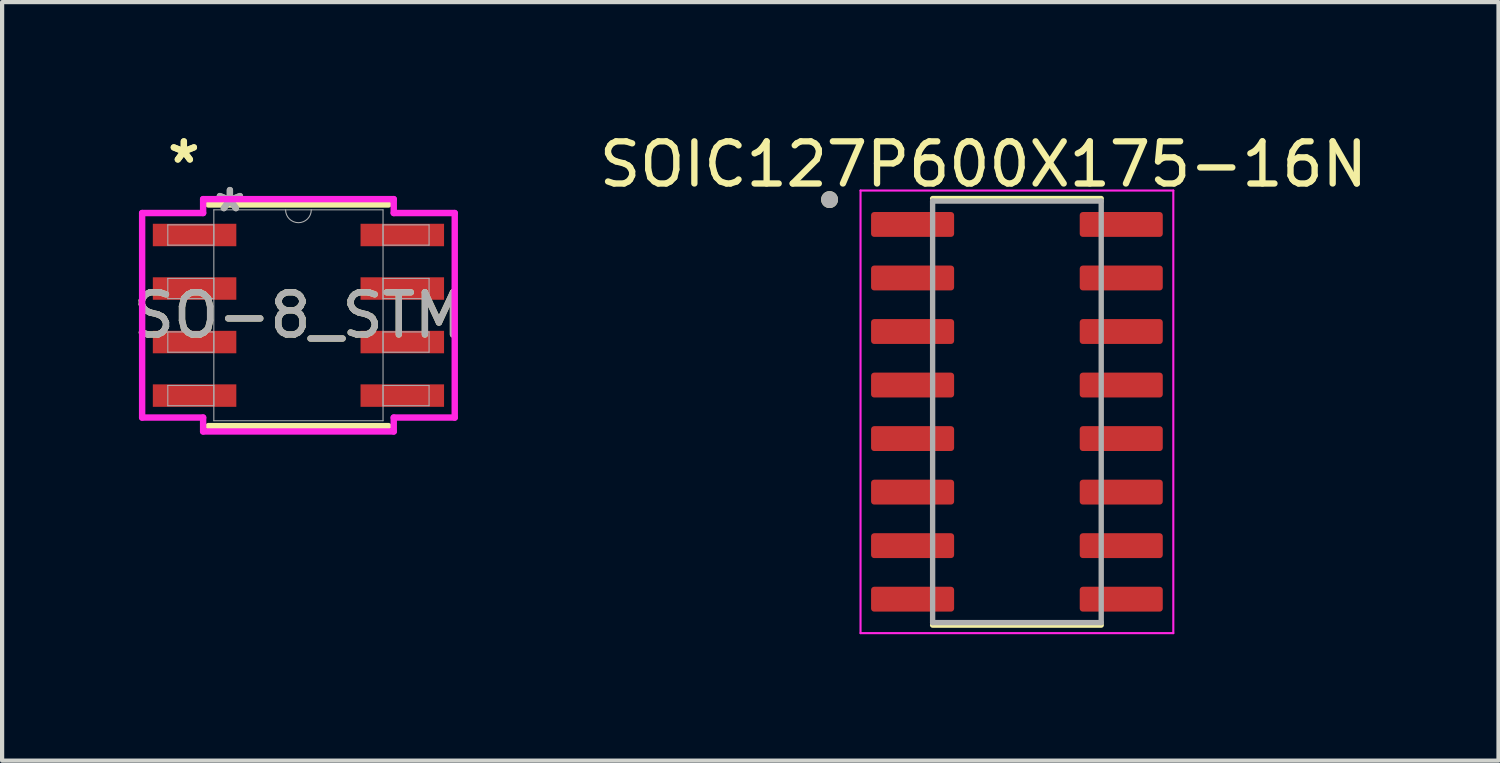
<source format=kicad_pcb>
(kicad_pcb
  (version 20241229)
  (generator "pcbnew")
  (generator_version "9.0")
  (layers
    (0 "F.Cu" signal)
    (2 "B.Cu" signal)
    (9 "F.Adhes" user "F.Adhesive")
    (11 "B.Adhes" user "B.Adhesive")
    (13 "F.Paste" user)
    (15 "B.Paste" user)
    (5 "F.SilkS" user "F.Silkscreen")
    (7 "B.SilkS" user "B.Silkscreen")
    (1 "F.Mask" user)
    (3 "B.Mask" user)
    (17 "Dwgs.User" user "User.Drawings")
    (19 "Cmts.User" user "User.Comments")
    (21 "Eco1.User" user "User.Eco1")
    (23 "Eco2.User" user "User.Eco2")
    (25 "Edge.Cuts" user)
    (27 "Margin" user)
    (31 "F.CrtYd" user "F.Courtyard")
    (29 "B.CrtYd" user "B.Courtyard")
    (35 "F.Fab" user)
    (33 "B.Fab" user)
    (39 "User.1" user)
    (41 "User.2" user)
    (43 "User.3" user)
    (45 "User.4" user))
  (footprint "SOIC127P600X175-16N"
    (layer "F.Cu")
    (at 21.075 6.72)
    (property "Reference" "SOIC127P600X175-16N" (at -0.795 -5.872 0) (layer "F.SilkS") (effects (font (size 1 1) (thickness 0.15))))
    (attr smd)
    (fp_line (start -2 -5.06) (end 2 -5.06) (stroke (width 0.127) (type solid)) (layer "F.SilkS"))
    (fp_line (start -2 5.06) (end 2 5.06) (stroke (width 0.127) (type solid)) (layer "F.SilkS"))
    (fp_circle (center -4.445 -5.035) (end -4.345 -5.035) (stroke (width 0.2) (type solid)) (fill no) (layer "F.SilkS"))
    (fp_line (start -3.71 -5.25) (end -3.71 5.25) (stroke (width 0.05) (type solid)) (layer "F.CrtYd"))
    (fp_line (start -3.71 -5.25) (end 3.71 -5.25) (stroke (width 0.05) (type solid)) (layer "F.CrtYd"))
    (fp_line (start -3.71 5.25) (end 3.71 5.25) (stroke (width 0.05) (type solid)) (layer "F.CrtYd"))
    (fp_line (start 3.71 -5.25) (end 3.71 5.25) (stroke (width 0.05) (type solid)) (layer "F.CrtYd"))
    (fp_line (start -2 -5) (end -2 5) (stroke (width 0.127) (type solid)) (layer "F.Fab"))
    (fp_line (start -2 -5) (end 2 -5) (stroke (width 0.127) (type solid)) (layer "F.Fab"))
    (fp_line (start -2 5) (end 2 5) (stroke (width 0.127) (type solid)) (layer "F.Fab"))
    (fp_line (start 2 -5) (end 2 5) (stroke (width 0.127) (type solid)) (layer "F.Fab"))
    (fp_circle (center -4.445 -5.035) (end -4.345 -5.035) (stroke (width 0.2) (type solid)) (fill no) (layer "F.Fab"))
    (pad "1" smd roundrect (at -2.475 -4.445) (size 1.97 0.59) (layers "F.Cu" "F.Mask" "F.Paste") (roundrect_rratio 0.125))
    (pad "2" smd roundrect (at -2.475 -3.175) (size 1.97 0.59) (layers "F.Cu" "F.Mask" "F.Paste") (roundrect_rratio 0.125))
    (pad "3" smd roundrect (at -2.475 -1.905) (size 1.97 0.59) (layers "F.Cu" "F.Mask" "F.Paste") (roundrect_rratio 0.125))
    (pad "4" smd roundrect (at -2.475 -0.635) (size 1.97 0.59) (layers "F.Cu" "F.Mask" "F.Paste") (roundrect_rratio 0.125))
    (pad "5" smd roundrect (at -2.475 0.635) (size 1.97 0.59) (layers "F.Cu" "F.Mask" "F.Paste") (roundrect_rratio 0.125))
    (pad "6" smd roundrect (at -2.475 1.905) (size 1.97 0.59) (layers "F.Cu" "F.Mask" "F.Paste") (roundrect_rratio 0.125))
    (pad "7" smd roundrect (at -2.475 3.175) (size 1.97 0.59) (layers "F.Cu" "F.Mask" "F.Paste") (roundrect_rratio 0.125))
    (pad "8" smd roundrect (at -2.475 4.445) (size 1.97 0.59) (layers "F.Cu" "F.Mask" "F.Paste") (roundrect_rratio 0.125))
    (pad "9" smd roundrect (at 2.475 4.445) (size 1.97 0.59) (layers "F.Cu" "F.Mask" "F.Paste") (roundrect_rratio 0.125))
    (pad "10" smd roundrect (at 2.475 3.175) (size 1.97 0.59) (layers "F.Cu" "F.Mask" "F.Paste") (roundrect_rratio 0.125))
    (pad "11" smd roundrect (at 2.475 1.905) (size 1.97 0.59) (layers "F.Cu" "F.Mask" "F.Paste") (roundrect_rratio 0.125))
    (pad "12" smd roundrect (at 2.475 0.635) (size 1.97 0.59) (layers "F.Cu" "F.Mask" "F.Paste") (roundrect_rratio 0.125))
    (pad "13" smd roundrect (at 2.475 -0.635) (size 1.97 0.59) (layers "F.Cu" "F.Mask" "F.Paste") (roundrect_rratio 0.125))
    (pad "14" smd roundrect (at 2.475 -1.905) (size 1.97 0.59) (layers "F.Cu" "F.Mask" "F.Paste") (roundrect_rratio 0.125))
    (pad "15" smd roundrect (at 2.475 -3.175) (size 1.97 0.59) (layers "F.Cu" "F.Mask" "F.Paste") (roundrect_rratio 0.125))
    (pad "16" smd roundrect (at 2.475 -4.445) (size 1.97 0.59) (layers "F.Cu" "F.Mask" "F.Paste") (roundrect_rratio 0.125)))
  (footprint "SO-8_STM"
    (layer "F.Cu")
    (at 4.03 4.43)
    (property "Reference" "SO-8_STM" (at 0 0 0) (unlocked yes) (layer "F.SilkS") (effects (font (size 1 1) (thickness 0.15))))
    (attr smd)
    (fp_line (start -2.134 2.629) (end 2.134 2.629) (stroke (width 0.152) (type solid)) (layer "F.SilkS"))
    (fp_line (start 2.134 -2.629) (end -2.134 -2.629) (stroke (width 0.152) (type solid)) (layer "F.SilkS"))
    (fp_line (start -3.708 -2.426) (end -2.261 -2.426) (stroke (width 0.152) (type solid)) (layer "F.CrtYd"))
    (fp_line (start -3.708 2.426) (end -3.708 -2.426) (stroke (width 0.152) (type solid)) (layer "F.CrtYd"))
    (fp_line (start -3.708 2.426) (end -2.261 2.426) (stroke (width 0.152) (type solid)) (layer "F.CrtYd"))
    (fp_line (start -2.261 -2.756) (end 2.261 -2.756) (stroke (width 0.152) (type solid)) (layer "F.CrtYd"))
    (fp_line (start -2.261 -2.426) (end -2.261 -2.756) (stroke (width 0.152) (type solid)) (layer "F.CrtYd"))
    (fp_line (start -2.261 2.756) (end -2.261 2.426) (stroke (width 0.152) (type solid)) (layer "F.CrtYd"))
    (fp_line (start 2.261 -2.756) (end 2.261 -2.426) (stroke (width 0.152) (type solid)) (layer "F.CrtYd"))
    (fp_line (start 2.261 2.426) (end 2.261 2.756) (stroke (width 0.152) (type solid)) (layer "F.CrtYd"))
    (fp_line (start 2.261 2.756) (end -2.261 2.756) (stroke (width 0.152) (type solid)) (layer "F.CrtYd"))
    (fp_line (start 3.708 -2.426) (end 2.261 -2.426) (stroke (width 0.152) (type solid)) (layer "F.CrtYd"))
    (fp_line (start 3.708 -2.426) (end 3.708 2.426) (stroke (width 0.152) (type solid)) (layer "F.CrtYd"))
    (fp_line (start 3.708 2.426) (end 2.261 2.426) (stroke (width 0.152) (type solid)) (layer "F.CrtYd"))
    (fp_line (start -3.099 -2.146) (end -3.099 -1.664) (stroke (width 0.025) (type solid)) (layer "F.Fab"))
    (fp_line (start -3.099 -1.664) (end -2.007 -1.664) (stroke (width 0.025) (type solid)) (layer "F.Fab"))
    (fp_line (start -3.099 -0.876) (end -3.099 -0.394) (stroke (width 0.025) (type solid)) (layer "F.Fab"))
    (fp_line (start -3.099 -0.394) (end -2.007 -0.394) (stroke (width 0.025) (type solid)) (layer "F.Fab"))
    (fp_line (start -3.099 0.394) (end -3.099 0.876) (stroke (width 0.025) (type solid)) (layer "F.Fab"))
    (fp_line (start -3.099 0.876) (end -2.007 0.876) (stroke (width 0.025) (type solid)) (layer "F.Fab"))
    (fp_line (start -3.099 1.664) (end -3.099 2.146) (stroke (width 0.025) (type solid)) (layer "F.Fab"))
    (fp_line (start -3.099 2.146) (end -2.007 2.146) (stroke (width 0.025) (type solid)) (layer "F.Fab"))
    (fp_line (start -2.007 -2.502) (end -2.007 2.502) (stroke (width 0.025) (type solid)) (layer "F.Fab"))
    (fp_line (start -2.007 -2.146) (end -3.099 -2.146) (stroke (width 0.025) (type solid)) (layer "F.Fab"))
    (fp_line (start -2.007 -1.664) (end -2.007 -2.146) (stroke (width 0.025) (type solid)) (layer "F.Fab"))
    (fp_line (start -2.007 -0.876) (end -3.099 -0.876) (stroke (width 0.025) (type solid)) (layer "F.Fab"))
    (fp_line (start -2.007 -0.394) (end -2.007 -0.876) (stroke (width 0.025) (type solid)) (layer "F.Fab"))
    (fp_line (start -2.007 0.394) (end -3.099 0.394) (stroke (width 0.025) (type solid)) (layer "F.Fab"))
    (fp_line (start -2.007 0.876) (end -2.007 0.394) (stroke (width 0.025) (type solid)) (layer "F.Fab"))
    (fp_line (start -2.007 1.664) (end -3.099 1.664) (stroke (width 0.025) (type solid)) (layer "F.Fab"))
    (fp_line (start -2.007 2.146) (end -2.007 1.664) (stroke (width 0.025) (type solid)) (layer "F.Fab"))
    (fp_line (start -2.007 2.502) (end 2.007 2.502) (stroke (width 0.025) (type solid)) (layer "F.Fab"))
    (fp_line (start 2.007 -2.502) (end -2.007 -2.502) (stroke (width 0.025) (type solid)) (layer "F.Fab"))
    (fp_line (start 2.007 -2.146) (end 2.007 -1.664) (stroke (width 0.025) (type solid)) (layer "F.Fab"))
    (fp_line (start 2.007 -1.664) (end 3.099 -1.664) (stroke (width 0.025) (type solid)) (layer "F.Fab"))
    (fp_line (start 2.007 -0.876) (end 2.007 -0.394) (stroke (width 0.025) (type solid)) (layer "F.Fab"))
    (fp_line (start 2.007 -0.394) (end 3.099 -0.394) (stroke (width 0.025) (type solid)) (layer "F.Fab"))
    (fp_line (start 2.007 0.394) (end 2.007 0.876) (stroke (width 0.025) (type solid)) (layer "F.Fab"))
    (fp_line (start 2.007 0.876) (end 3.099 0.876) (stroke (width 0.025) (type solid)) (layer "F.Fab"))
    (fp_line (start 2.007 1.664) (end 2.007 2.146) (stroke (width 0.025) (type solid)) (layer "F.Fab"))
    (fp_line (start 2.007 2.146) (end 3.099 2.146) (stroke (width 0.025) (type solid)) (layer "F.Fab"))
    (fp_line (start 2.007 2.502) (end 2.007 -2.502) (stroke (width 0.025) (type solid)) (layer "F.Fab"))
    (fp_line (start 3.099 -2.146) (end 2.007 -2.146) (stroke (width 0.025) (type solid)) (layer "F.Fab"))
    (fp_line (start 3.099 -1.664) (end 3.099 -2.146) (stroke (width 0.025) (type solid)) (layer "F.Fab"))
    (fp_line (start 3.099 -0.876) (end 2.007 -0.876) (stroke (width 0.025) (type solid)) (layer "F.Fab"))
    (fp_line (start 3.099 -0.394) (end 3.099 -0.876) (stroke (width 0.025) (type solid)) (layer "F.Fab"))
    (fp_line (start 3.099 0.394) (end 2.007 0.394) (stroke (width 0.025) (type solid)) (layer "F.Fab"))
    (fp_line (start 3.099 0.876) (end 3.099 0.394) (stroke (width 0.025) (type solid)) (layer "F.Fab"))
    (fp_line (start 3.099 1.664) (end 2.007 1.664) (stroke (width 0.025) (type solid)) (layer "F.Fab"))
    (fp_line (start 3.099 2.146) (end 3.099 1.664) (stroke (width 0.025) (type solid)) (layer "F.Fab"))
    (fp_arc (start 0.3048 -2.5019) (mid 0 -2.1971) (end -0.3048 -2.5019) (stroke (width 0.0254) (type solid)) (layer "F.Fab"))
    (fp_text user "*" (at -2.718 -3.581 0) (unlocked yes) (layer "F.SilkS") (effects (font (size 1 1) (thickness 0.15))))
    (fp_text user "*" (at -2.718 -3.581 0) (layer "F.SilkS") (effects (font (size 1 1) (thickness 0.15))))
    (fp_text user "${REFERENCE}" (at 0 0 0) (unlocked yes) (layer "F.Fab") (effects (font (size 1 1) (thickness 0.15))))
    (fp_text user "*" (at -1.626 -2.426 0) (layer "F.Fab") (effects (font (size 1 1) (thickness 0.15))))
    (fp_text user "*" (at -1.626 -2.426 0) (unlocked yes) (layer "F.Fab") (effects (font (size 1 1) (thickness 0.15))))
    (pad "1" smd rect (at -2.464 -1.905) (size 1.981 0.533) (layers "F.Cu" "F.Mask" "F.Paste"))
    (pad "2" smd rect (at -2.464 -0.635) (size 1.981 0.533) (layers "F.Cu" "F.Mask" "F.Paste"))
    (pad "3" smd rect (at -2.464 0.635) (size 1.981 0.533) (layers "F.Cu" "F.Mask" "F.Paste"))
    (pad "4" smd rect (at -2.464 1.905) (size 1.981 0.533) (layers "F.Cu" "F.Mask" "F.Paste"))
    (pad "5" smd rect (at 2.464 1.905) (size 1.981 0.533) (layers "F.Cu" "F.Mask" "F.Paste"))
    (pad "6" smd rect (at 2.464 0.635) (size 1.981 0.533) (layers "F.Cu" "F.Mask" "F.Paste"))
    (pad "7" smd rect (at 2.464 -0.635) (size 1.981 0.533) (layers "F.Cu" "F.Mask" "F.Paste"))
    (pad "8" smd rect (at 2.464 -1.905) (size 1.981 0.533) (layers "F.Cu" "F.Mask" "F.Paste")))
  (gr_rect
    (start -3 -3)
    (end 32.5 14.995)
    (stroke (width 0.1) (type default))
    (fill no)
    (layer "Edge.Cuts")))
</source>
